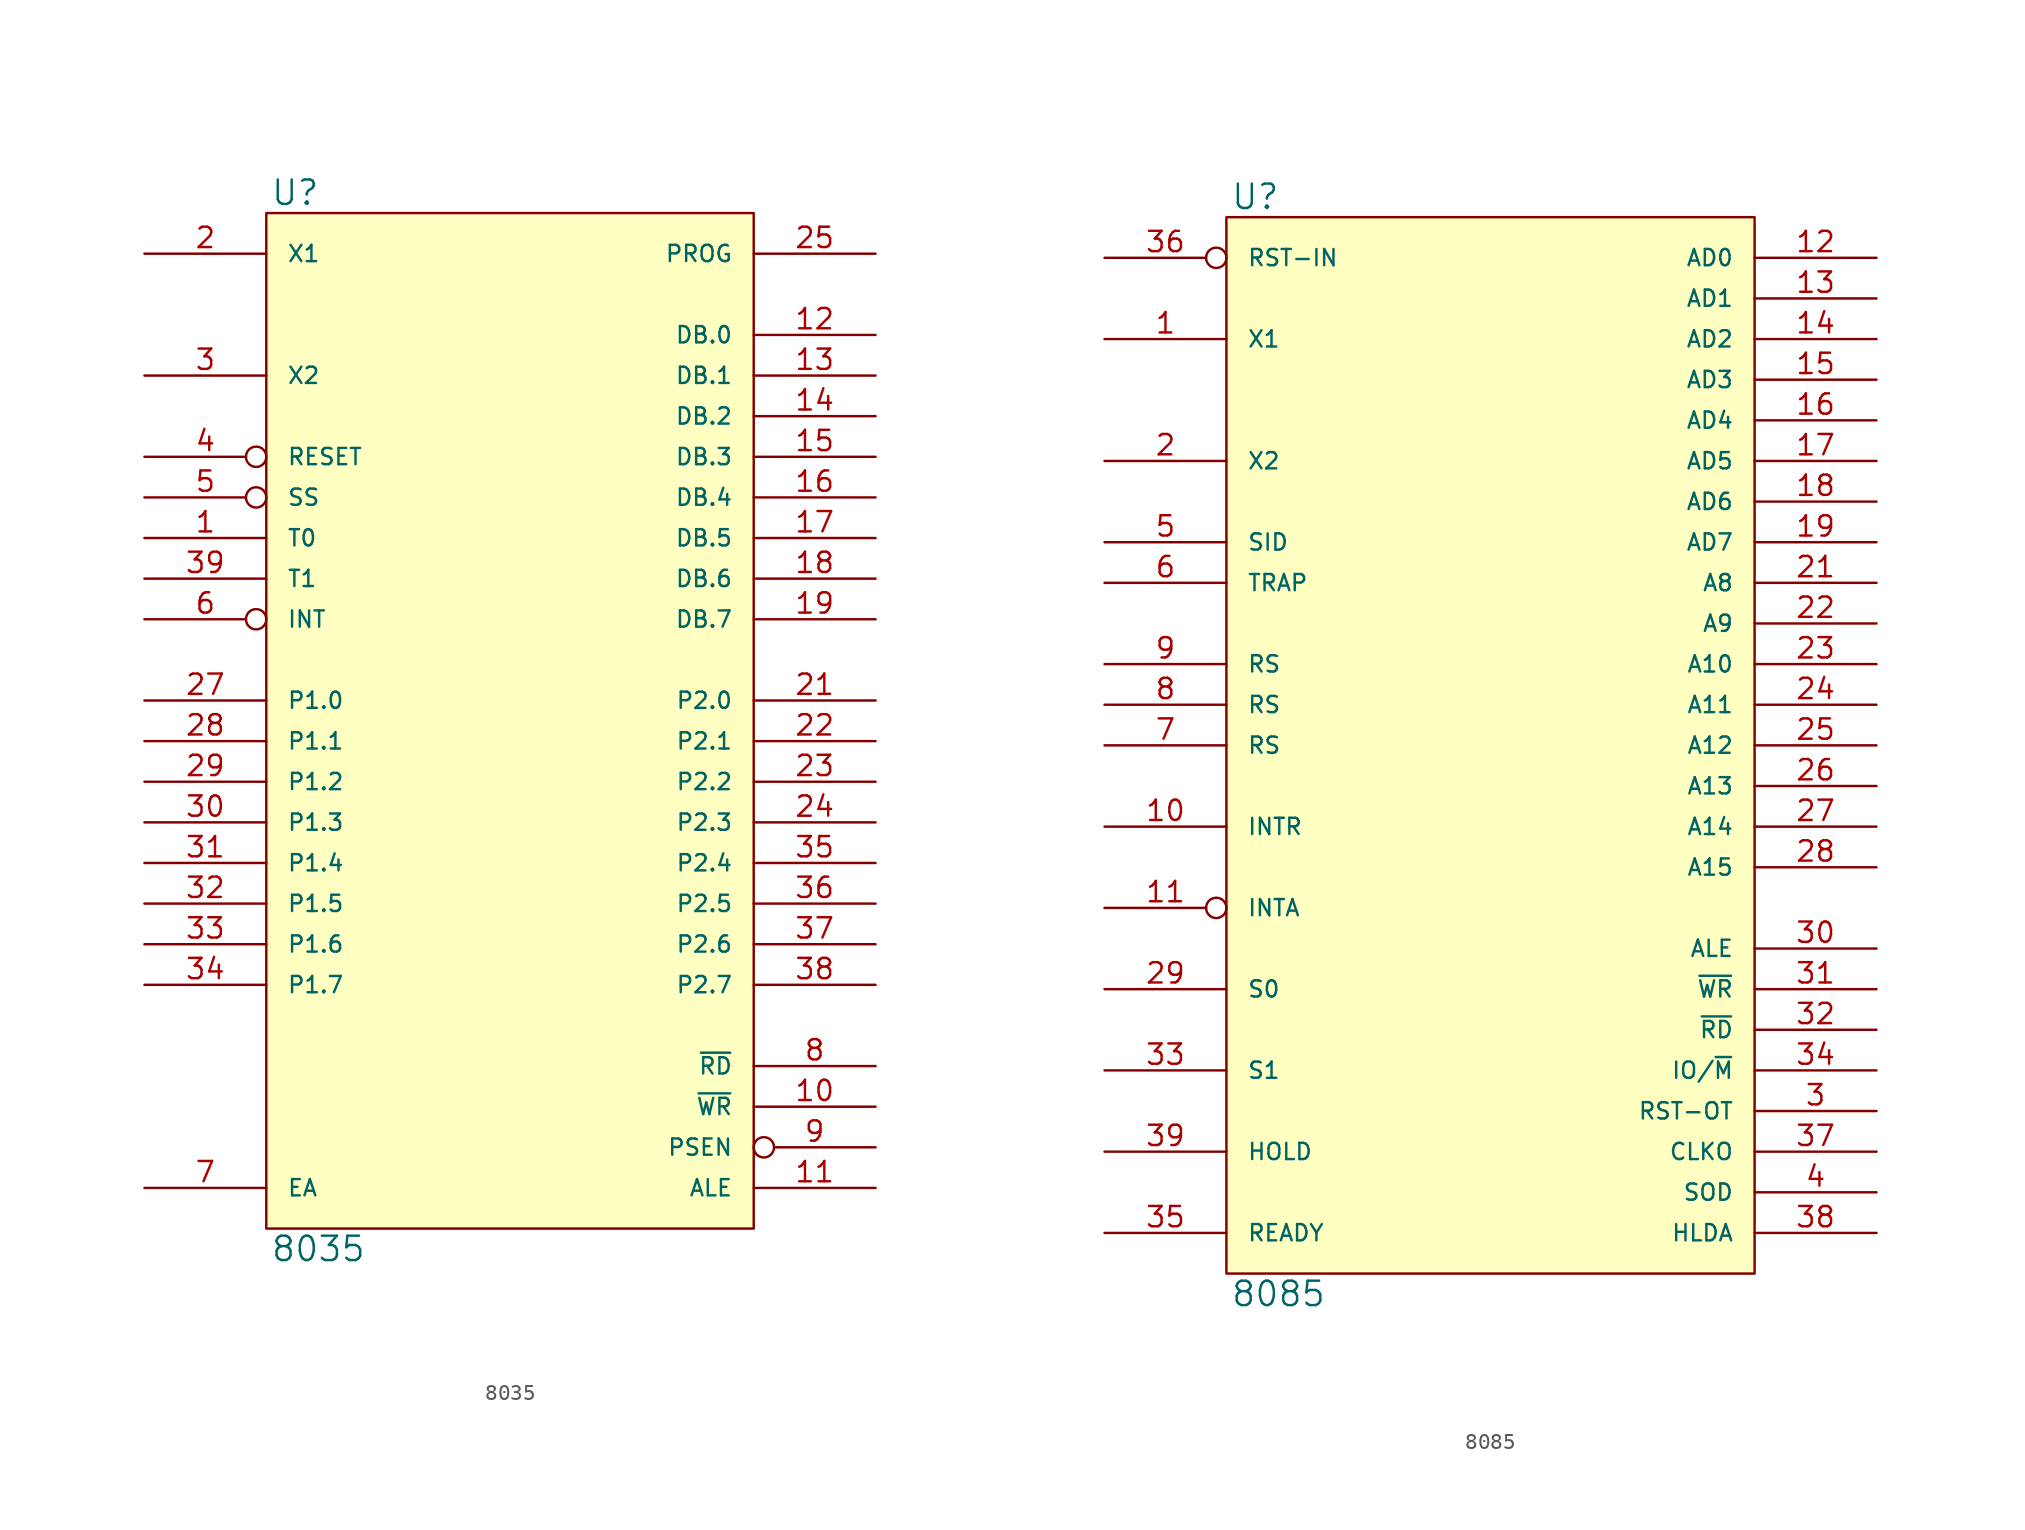
<source format=kicad_sym>
(kicad_symbol_lib
  (version 20231120)
  (generator "kicad_symbol_editor")
  (generator_version "8.0")
  (symbol "8035"
    (pin_names
      (offset 1.27))
    (property "Reference" "U"
      (at 0.254 0.381 0)
      (effects (font (size 1.524 1.524)) (justify left bottom)))
    (property "Value" "8035"
      (at 0.254 -63.881 0)
      (effects (font (size 1.524 1.524)) (justify left top)))
    (symbol "8035_0_1"
      (rectangle (start 0 0) (end 30.48 -63.5) (stroke (width 0) (type solid)) (fill (type background))))
    (symbol "8035_1_1"
      (pin input line (at -7.62 -20.32 0) (length 7.62) (name "T0" (effects (font (size 1.016 1.016)))) (number "1" (effects (font (size 1.27 1.27)))))
      (pin output line (at 38.1 -55.88 180) (length 7.62) (name "~{WR}" (effects (font (size 1.016 1.016)))) (number "10" (effects (font (size 1.27 1.27)))))
      (pin output line (at 38.1 -60.96 180) (length 7.62) (name "ALE" (effects (font (size 1.016 1.016)))) (number "11" (effects (font (size 1.27 1.27)))))
      (pin bidirectional line (at 38.1 -7.62 180) (length 7.62) (name "DB.0" (effects (font (size 1.016 1.016)))) (number "12" (effects (font (size 1.27 1.27)))))
      (pin bidirectional line (at 38.1 -10.16 180) (length 7.62) (name "DB.1" (effects (font (size 1.016 1.016)))) (number "13" (effects (font (size 1.27 1.27)))))
      (pin bidirectional line (at 38.1 -12.7 180) (length 7.62) (name "DB.2" (effects (font (size 1.016 1.016)))) (number "14" (effects (font (size 1.27 1.27)))))
      (pin bidirectional line (at 38.1 -15.24 180) (length 7.62) (name "DB.3" (effects (font (size 1.016 1.016)))) (number "15" (effects (font (size 1.27 1.27)))))
      (pin bidirectional line (at 38.1 -17.78 180) (length 7.62) (name "DB.4" (effects (font (size 1.016 1.016)))) (number "16" (effects (font (size 1.27 1.27)))))
      (pin bidirectional line (at 38.1 -20.32 180) (length 7.62) (name "DB.5" (effects (font (size 1.016 1.016)))) (number "17" (effects (font (size 1.27 1.27)))))
      (pin bidirectional line (at 38.1 -22.86 180) (length 7.62) (name "DB.6" (effects (font (size 1.016 1.016)))) (number "18" (effects (font (size 1.27 1.27)))))
      (pin bidirectional line (at 38.1 -25.4 180) (length 7.62) (name "DB.7" (effects (font (size 1.016 1.016)))) (number "19" (effects (font (size 1.27 1.27)))))
      (pin input line (at -7.62 -2.54 0) (length 7.62) (name "X1" (effects (font (size 1.016 1.016)))) (number "2" (effects (font (size 1.27 1.27)))))
      (pin power_in line (at 0 -63.5 90) (length 0) hide (name "VSS" (effects (font (size 1.016 1.016)))) (number "20" (effects (font (size 1.27 1.27)))))
      (pin bidirectional line (at 38.1 -30.48 180) (length 7.62) (name "P2.0" (effects (font (size 1.016 1.016)))) (number "21" (effects (font (size 1.27 1.27)))))
      (pin bidirectional line (at 38.1 -33.02 180) (length 7.62) (name "P2.1" (effects (font (size 1.016 1.016)))) (number "22" (effects (font (size 1.27 1.27)))))
      (pin bidirectional line (at 38.1 -35.56 180) (length 7.62) (name "P2.2" (effects (font (size 1.016 1.016)))) (number "23" (effects (font (size 1.27 1.27)))))
      (pin bidirectional line (at 38.1 -38.1 180) (length 7.62) (name "P2.3" (effects (font (size 1.016 1.016)))) (number "24" (effects (font (size 1.27 1.27)))))
      (pin bidirectional line (at 38.1 -2.54 180) (length 7.62) (name "PROG" (effects (font (size 1.016 1.016)))) (number "25" (effects (font (size 1.27 1.27)))))
      (pin power_in line (at 15.24 0 270) (length 0) hide (name "VDD" (effects (font (size 1.016 1.016)))) (number "26" (effects (font (size 1.27 1.27)))))
      (pin bidirectional line (at -7.62 -30.48 0) (length 7.62) (name "P1.0" (effects (font (size 1.016 1.016)))) (number "27" (effects (font (size 1.27 1.27)))))
      (pin bidirectional line (at -7.62 -33.02 0) (length 7.62) (name "P1.1" (effects (font (size 1.016 1.016)))) (number "28" (effects (font (size 1.27 1.27)))))
      (pin bidirectional line (at -7.62 -35.56 0) (length 7.62) (name "P1.2" (effects (font (size 1.016 1.016)))) (number "29" (effects (font (size 1.27 1.27)))))
      (pin input line (at -7.62 -10.16 0) (length 7.62) (name "X2" (effects (font (size 1.016 1.016)))) (number "3" (effects (font (size 1.27 1.27)))))
      (pin bidirectional line (at -7.62 -38.1 0) (length 7.62) (name "P1.3" (effects (font (size 1.016 1.016)))) (number "30" (effects (font (size 1.27 1.27)))))
      (pin bidirectional line (at -7.62 -40.64 0) (length 7.62) (name "P1.4" (effects (font (size 1.016 1.016)))) (number "31" (effects (font (size 1.27 1.27)))))
      (pin bidirectional line (at -7.62 -43.18 0) (length 7.62) (name "P1.5" (effects (font (size 1.016 1.016)))) (number "32" (effects (font (size 1.27 1.27)))))
      (pin bidirectional line (at -7.62 -45.72 0) (length 7.62) (name "P1.6" (effects (font (size 1.016 1.016)))) (number "33" (effects (font (size 1.27 1.27)))))
      (pin bidirectional line (at -7.62 -48.26 0) (length 7.62) (name "P1.7" (effects (font (size 1.016 1.016)))) (number "34" (effects (font (size 1.27 1.27)))))
      (pin bidirectional line (at 38.1 -40.64 180) (length 7.62) (name "P2.4" (effects (font (size 1.016 1.016)))) (number "35" (effects (font (size 1.27 1.27)))))
      (pin bidirectional line (at 38.1 -43.18 180) (length 7.62) (name "P2.5" (effects (font (size 1.016 1.016)))) (number "36" (effects (font (size 1.27 1.27)))))
      (pin bidirectional line (at 38.1 -45.72 180) (length 7.62) (name "P2.6" (effects (font (size 1.016 1.016)))) (number "37" (effects (font (size 1.27 1.27)))))
      (pin bidirectional line (at 38.1 -48.26 180) (length 7.62) (name "P2.7" (effects (font (size 1.016 1.016)))) (number "38" (effects (font (size 1.27 1.27)))))
      (pin input line (at -7.62 -22.86 0) (length 7.62) (name "T1" (effects (font (size 1.016 1.016)))) (number "39" (effects (font (size 1.27 1.27)))))
      (pin input inverted (at -7.62 -15.24 0) (length 7.62) (name "RESET" (effects (font (size 1.016 1.016)))) (number "4" (effects (font (size 1.27 1.27)))))
      (pin power_in line (at 0 0 270) (length 0) hide (name "VCC" (effects (font (size 1.016 1.016)))) (number "40" (effects (font (size 1.27 1.27)))))
      (pin input inverted (at -7.62 -17.78 0) (length 7.62) (name "SS" (effects (font (size 1.016 1.016)))) (number "5" (effects (font (size 1.27 1.27)))))
      (pin input inverted (at -7.62 -25.4 0) (length 7.62) (name "INT" (effects (font (size 1.016 1.016)))) (number "6" (effects (font (size 1.27 1.27)))))
      (pin input line (at -7.62 -60.96 0) (length 7.62) (name "EA" (effects (font (size 1.016 1.016)))) (number "7" (effects (font (size 1.27 1.27)))))
      (pin output line (at 38.1 -53.34 180) (length 7.62) (name "~{RD}" (effects (font (size 1.016 1.016)))) (number "8" (effects (font (size 1.27 1.27)))))
      (pin output inverted (at 38.1 -58.42 180) (length 7.62) (name "PSEN" (effects (font (size 1.016 1.016)))) (number "9" (effects (font (size 1.27 1.27)))))))
  (symbol "8085"
    (pin_names
      (offset 1.27))
    (property "Reference" "U"
      (at 0.254 0.381 0)
      (effects (font (size 1.524 1.524)) (justify left bottom)))
    (property "Value" "8085"
      (at 0.254 -66.421 0)
      (effects (font (size 1.524 1.524)) (justify left top)))
    (symbol "8085_0_1"
      (rectangle (start 0 0) (end 33.02 -66.04) (stroke (width 0) (type solid)) (fill (type background))))
    (symbol "8085_1_1"
      (pin input line (at -7.62 -7.62 0) (length 7.62) (name "X1" (effects (font (size 1.016 1.016)))) (number "1" (effects (font (size 1.27 1.27)))))
      (pin input line (at -7.62 -38.1 0) (length 7.62) (name "INTR" (effects (font (size 1.016 1.016)))) (number "10" (effects (font (size 1.27 1.27)))))
      (pin input inverted (at -7.62 -43.18 0) (length 7.62) (name "INTA" (effects (font (size 1.016 1.016)))) (number "11" (effects (font (size 1.27 1.27)))))
      (pin bidirectional line (at 40.64 -2.54 180) (length 7.62) (name "AD0" (effects (font (size 1.016 1.016)))) (number "12" (effects (font (size 1.27 1.27)))))
      (pin bidirectional line (at 40.64 -5.08 180) (length 7.62) (name "AD1" (effects (font (size 1.016 1.016)))) (number "13" (effects (font (size 1.27 1.27)))))
      (pin bidirectional line (at 40.64 -7.62 180) (length 7.62) (name "AD2" (effects (font (size 1.016 1.016)))) (number "14" (effects (font (size 1.27 1.27)))))
      (pin bidirectional line (at 40.64 -10.16 180) (length 7.62) (name "AD3" (effects (font (size 1.016 1.016)))) (number "15" (effects (font (size 1.27 1.27)))))
      (pin bidirectional line (at 40.64 -12.7 180) (length 7.62) (name "AD4" (effects (font (size 1.016 1.016)))) (number "16" (effects (font (size 1.27 1.27)))))
      (pin bidirectional line (at 40.64 -15.24 180) (length 7.62) (name "AD5" (effects (font (size 1.016 1.016)))) (number "17" (effects (font (size 1.27 1.27)))))
      (pin bidirectional line (at 40.64 -17.78 180) (length 7.62) (name "AD6" (effects (font (size 1.016 1.016)))) (number "18" (effects (font (size 1.27 1.27)))))
      (pin bidirectional line (at 40.64 -20.32 180) (length 7.62) (name "AD7" (effects (font (size 1.016 1.016)))) (number "19" (effects (font (size 1.27 1.27)))))
      (pin input line (at -7.62 -15.24 0) (length 7.62) (name "X2" (effects (font (size 1.016 1.016)))) (number "2" (effects (font (size 1.27 1.27)))))
      (pin power_in line (at 0 -66.04 90) (length 0) hide (name "VSS" (effects (font (size 1.016 1.016)))) (number "20" (effects (font (size 1.27 1.27)))))
      (pin bidirectional line (at 40.64 -22.86 180) (length 7.62) (name "A8" (effects (font (size 1.016 1.016)))) (number "21" (effects (font (size 1.27 1.27)))))
      (pin bidirectional line (at 40.64 -25.4 180) (length 7.62) (name "A9" (effects (font (size 1.016 1.016)))) (number "22" (effects (font (size 1.27 1.27)))))
      (pin bidirectional line (at 40.64 -27.94 180) (length 7.62) (name "A10" (effects (font (size 1.016 1.016)))) (number "23" (effects (font (size 1.27 1.27)))))
      (pin bidirectional line (at 40.64 -30.48 180) (length 7.62) (name "A11" (effects (font (size 1.016 1.016)))) (number "24" (effects (font (size 1.27 1.27)))))
      (pin bidirectional line (at 40.64 -33.02 180) (length 7.62) (name "A12" (effects (font (size 1.016 1.016)))) (number "25" (effects (font (size 1.27 1.27)))))
      (pin bidirectional line (at 40.64 -35.56 180) (length 7.62) (name "A13" (effects (font (size 1.016 1.016)))) (number "26" (effects (font (size 1.27 1.27)))))
      (pin bidirectional line (at 40.64 -38.1 180) (length 7.62) (name "A14" (effects (font (size 1.016 1.016)))) (number "27" (effects (font (size 1.27 1.27)))))
      (pin bidirectional line (at 40.64 -40.64 180) (length 7.62) (name "A15" (effects (font (size 1.016 1.016)))) (number "28" (effects (font (size 1.27 1.27)))))
      (pin output line (at -7.62 -48.26 0) (length 7.62) (name "S0" (effects (font (size 1.016 1.016)))) (number "29" (effects (font (size 1.27 1.27)))))
      (pin output line (at 40.64 -55.88 180) (length 7.62) (name "RST-OT" (effects (font (size 1.016 1.016)))) (number "3" (effects (font (size 1.27 1.27)))))
      (pin output line (at 40.64 -45.72 180) (length 7.62) (name "ALE" (effects (font (size 1.016 1.016)))) (number "30" (effects (font (size 1.27 1.27)))))
      (pin output line (at 40.64 -48.26 180) (length 7.62) (name "~{WR}" (effects (font (size 1.016 1.016)))) (number "31" (effects (font (size 1.27 1.27)))))
      (pin output line (at 40.64 -50.8 180) (length 7.62) (name "~{RD}" (effects (font (size 1.016 1.016)))) (number "32" (effects (font (size 1.27 1.27)))))
      (pin output line (at -7.62 -53.34 0) (length 7.62) (name "S1" (effects (font (size 1.016 1.016)))) (number "33" (effects (font (size 1.27 1.27)))))
      (pin output line (at 40.64 -53.34 180) (length 7.62) (name "IO/~{M}" (effects (font (size 1.016 1.016)))) (number "34" (effects (font (size 1.27 1.27)))))
      (pin input line (at -7.62 -63.5 0) (length 7.62) (name "READY" (effects (font (size 1.016 1.016)))) (number "35" (effects (font (size 1.27 1.27)))))
      (pin input inverted (at -7.62 -2.54 0) (length 7.62) (name "RST-IN" (effects (font (size 1.016 1.016)))) (number "36" (effects (font (size 1.27 1.27)))))
      (pin output line (at 40.64 -58.42 180) (length 7.62) (name "CLKO" (effects (font (size 1.016 1.016)))) (number "37" (effects (font (size 1.27 1.27)))))
      (pin output line (at 40.64 -63.5 180) (length 7.62) (name "HLDA" (effects (font (size 1.016 1.016)))) (number "38" (effects (font (size 1.27 1.27)))))
      (pin input line (at -7.62 -58.42 0) (length 7.62) (name "HOLD" (effects (font (size 1.016 1.016)))) (number "39" (effects (font (size 1.27 1.27)))))
      (pin output line (at 40.64 -60.96 180) (length 7.62) (name "SOD" (effects (font (size 1.016 1.016)))) (number "4" (effects (font (size 1.27 1.27)))))
      (pin power_in line (at 0 0 270) (length 0) hide (name "VCC" (effects (font (size 1.016 1.016)))) (number "40" (effects (font (size 1.27 1.27)))))
      (pin input line (at -7.62 -20.32 0) (length 7.62) (name "SID" (effects (font (size 1.016 1.016)))) (number "5" (effects (font (size 1.27 1.27)))))
      (pin input line (at -7.62 -22.86 0) (length 7.62) (name "TRAP" (effects (font (size 1.016 1.016)))) (number "6" (effects (font (size 1.27 1.27)))))
      (pin input line (at -7.62 -33.02 0) (length 7.62) (name "RS" (effects (font (size 1.016 1.016)))) (number "7" (effects (font (size 1.27 1.27)))))
      (pin input line (at -7.62 -30.48 0) (length 7.62) (name "RS" (effects (font (size 1.016 1.016)))) (number "8" (effects (font (size 1.27 1.27)))))
      (pin input line (at -7.62 -27.94 0) (length 7.62) (name "RS" (effects (font (size 1.016 1.016)))) (number "9" (effects (font (size 1.27 1.27))))))))
</source>
